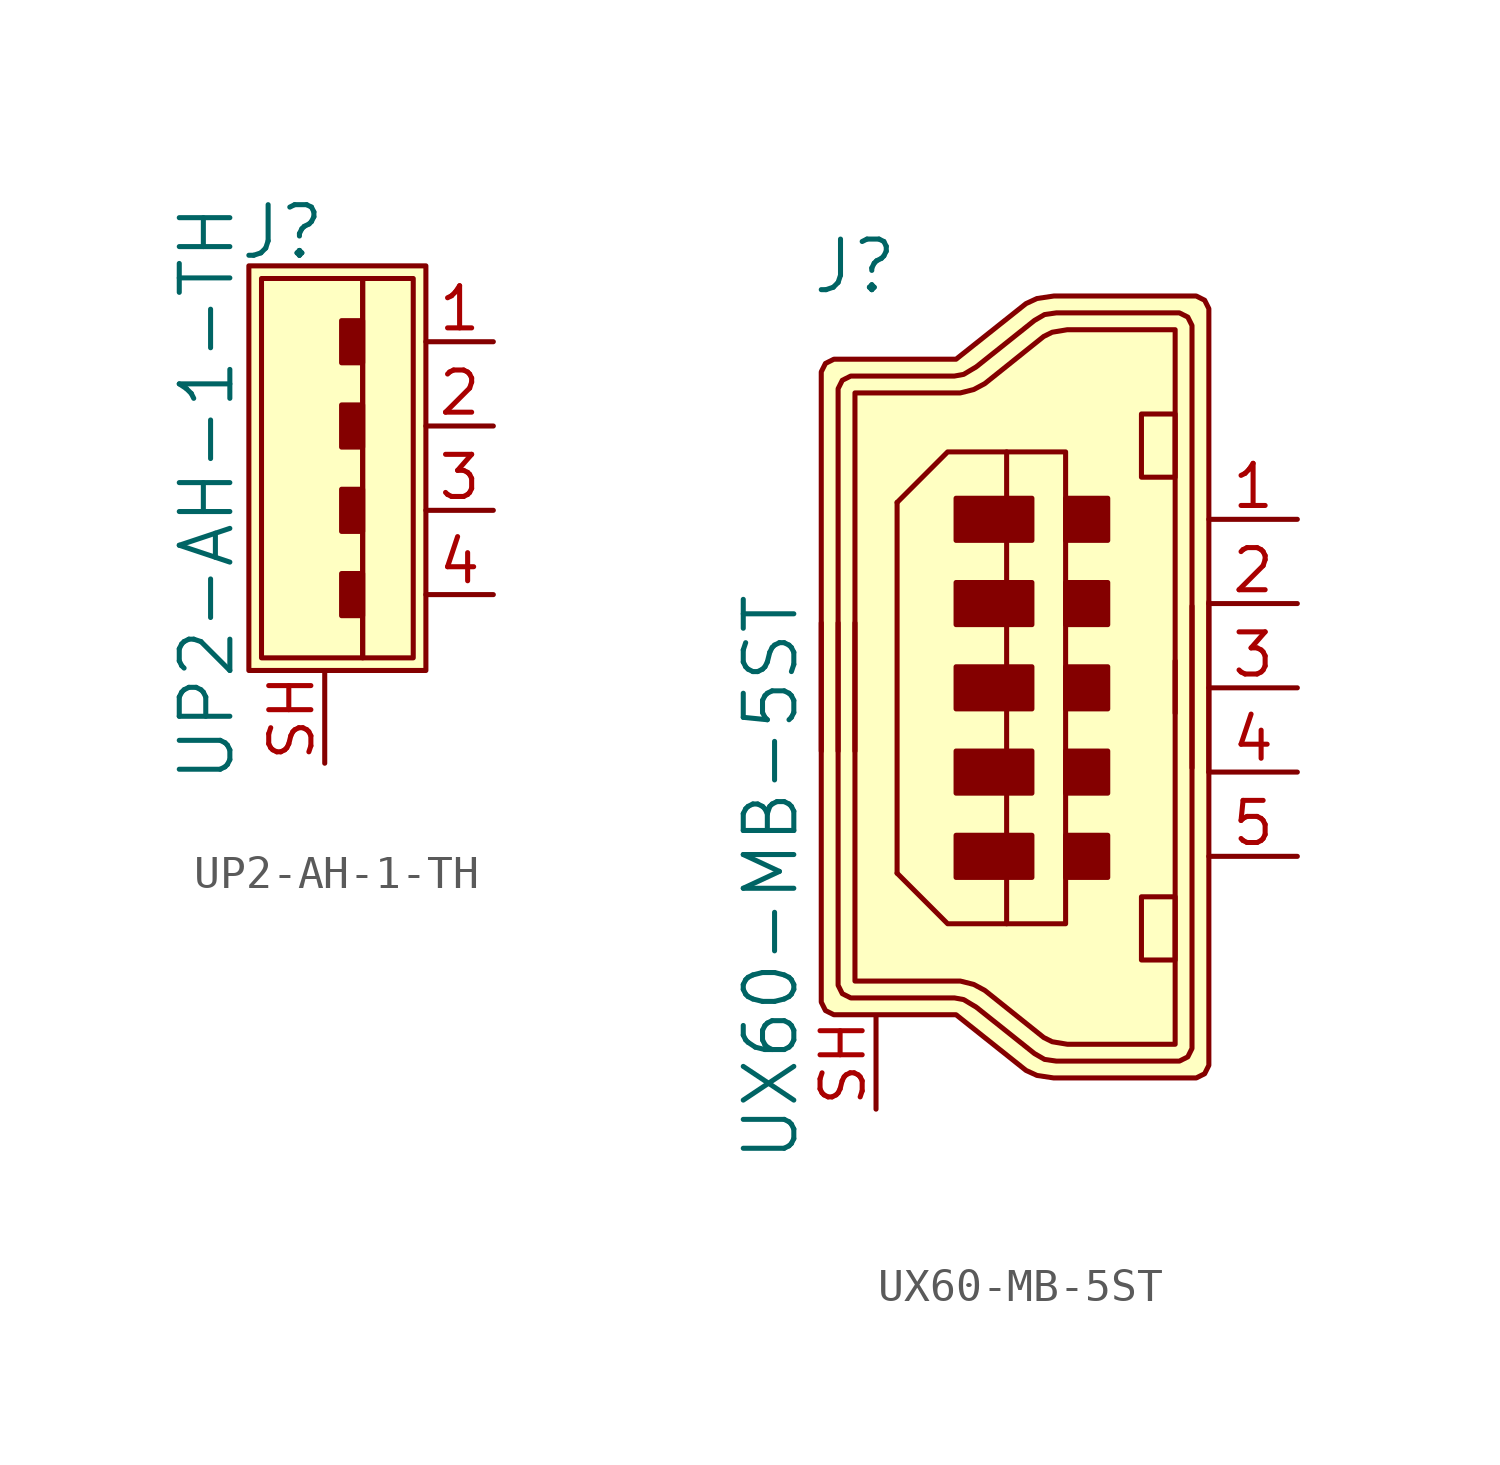
<source format=kicad_sym>
(kicad_symbol_lib
  (version 20220914)
  (generator kicad_symbol_editor)
  (symbol "UP2-AH-1-TH"
    (pin_names
      (offset 1.016))
    (property "Reference" "J"
      (at -1.27 8.382 0)
      (effects (font (size 1.524 1.524))))
    (property "Value" "UP2-AH-1-TH"
      (at -3.556 0.508 90)
      (effects (font (size 1.524 1.524))))
    (symbol "UP2-AH-1-TH_0_1"
      (rectangle (start -1.905 6.985) (end 1.143 -4.445) (stroke (width 0) (type solid)) (fill (type none)))
      (polyline (pts (xy -2.286 7.366) (xy 3.048 7.366) (xy 3.048 -4.826) (xy -2.286 -4.826) (xy -2.286 7.366)) (stroke (width 0) (type solid)) (fill (type background)))
      (rectangle (start 1.143 -1.905) (end 0.508 -3.175) (stroke (width 0) (type solid)) (fill (type outline)))
      (rectangle (start 1.143 0.635) (end 0.508 -0.635) (stroke (width 0) (type solid)) (fill (type outline)))
      (rectangle (start 1.143 3.175) (end 0.508 1.905) (stroke (width 0) (type solid)) (fill (type outline)))
      (rectangle (start 1.143 4.445) (end 0.508 5.715) (stroke (width 0) (type solid)) (fill (type outline)))
      (rectangle (start 1.143 6.985) (end 2.667 -4.445) (stroke (width 0) (type solid)) (fill (type none))))
    (symbol "UP2-AH-1-TH_1_1"
      (pin passive line (at 5.08 5.08 180) (length 2.032) (name "~" (effects (font (size 1.27 1.27)))) (number "1" (effects (font (size 1.27 1.27)))))
      (pin passive line (at 5.08 2.54 180) (length 2.032) (name "~" (effects (font (size 1.27 1.27)))) (number "2" (effects (font (size 1.27 1.27)))))
      (pin passive line (at 5.08 0 180) (length 2.032) (name "~" (effects (font (size 1.27 1.27)))) (number "3" (effects (font (size 1.27 1.27)))))
      (pin passive line (at 5.08 -2.54 180) (length 2.032) (name "~" (effects (font (size 1.27 1.27)))) (number "4" (effects (font (size 1.27 1.27)))))
      (pin passive line (at 0 -7.62 90) (length 2.743) (name "~" (effects (font (size 1.27 1.27)))) (number "SH" (effects (font (size 1.27 1.27)))))))
  (symbol "UX60-MB-5ST"
    (pin_names
      (offset 1.016))
    (property "Reference" "J"
      (at -5.715 12.7 0)
      (effects (font (size 1.524 1.524))))
    (property "Value" "UX60-MB-5ST"
      (at -8.255 -5.715 90)
      (effects (font (size 1.524 1.524))))
    (symbol "UX60-MB-5ST_0_1"
      (rectangle (start -0.381 -5.715) (end -2.667 -4.445) (stroke (width 0) (type solid)) (fill (type outline)))
      (rectangle (start -0.381 -3.175) (end -2.667 -1.905) (stroke (width 0) (type solid)) (fill (type outline)))
      (rectangle (start -0.381 -0.635) (end -2.667 0.635) (stroke (width 0) (type solid)) (fill (type outline)))
      (rectangle (start -0.381 1.905) (end -2.667 3.175) (stroke (width 0) (type solid)) (fill (type outline)))
      (rectangle (start -0.381 4.445) (end -2.667 5.715) (stroke (width 0) (type solid)) (fill (type outline)))
      (polyline (pts (xy -4.445 5.588) (xy -4.445 -5.588)) (stroke (width 0) (type solid)) (fill (type none)))
      (polyline (pts (xy -4.445 -5.588) (xy -2.921 -7.112) (xy -1.143 -7.112)) (stroke (width 0) (type solid)) (fill (type none)))
      (polyline (pts (xy -4.445 5.588) (xy -2.921 7.112) (xy -1.143 7.112)) (stroke (width 0) (type solid)) (fill (type none)))
      (polyline (pts (xy 3.937 -0.762) (xy 3.937 10.795) (xy 0.686 10.795) (xy 0.229 10.719) (xy -0.025 10.592) (xy -1.803 9.169) (xy -2.134 8.992) (xy -2.54 8.89) (xy -5.715 8.89) (xy -5.715 -1.905)) (stroke (width 0) (type solid)) (fill (type none)))
      (polyline (pts (xy 3.937 0.813) (xy 3.937 -10.744) (xy 0.686 -10.744) (xy 0.229 -10.668) (xy -0.025 -10.541) (xy -1.803 -9.119) (xy -2.134 -8.941) (xy -2.54 -8.839) (xy -5.715 -8.839) (xy -5.715 1.956)) (stroke (width 0) (type solid)) (fill (type none)))
      (polyline (pts (xy 4.953 -2.54) (xy 4.953 11.176) (xy 4.953 11.43) (xy 4.826 11.684) (xy 4.572 11.811) (xy 4.318 11.811) (xy 0.279 11.811) (xy -0.229 11.735) (xy -0.559 11.582) (xy -2.667 9.906) (xy -6.096 9.906) (xy -6.35 9.906) (xy -6.604 9.779) (xy -6.731 9.525) (xy -6.731 9.271) (xy -6.731 -1.905)) (stroke (width 0) (type solid)) (fill (type background)))
      (polyline (pts (xy 4.953 2.591) (xy 4.953 -11.125) (xy 4.953 -11.379) (xy 4.826 -11.633) (xy 4.572 -11.76) (xy 4.318 -11.76) (xy 0.279 -11.76) (xy -0.229 -11.684) (xy -0.559 -11.532) (xy -2.667 -9.855) (xy -6.096 -9.855) (xy -6.35 -9.855) (xy -6.604 -9.728) (xy -6.731 -9.474) (xy -6.731 -9.22) (xy -6.731 1.956)) (stroke (width 0) (type solid)) (fill (type background)))
      (polyline (pts (xy 4.445 -2.413) (xy 4.445 10.668) (xy 4.445 10.922) (xy 4.318 11.176) (xy 4.064 11.303) (xy 3.81 11.303) (xy 0.356 11.303) (xy 0 11.252) (xy -0.305 11.074) (xy -2.057 9.677) (xy -2.438 9.449) (xy -2.718 9.398) (xy -5.588 9.398) (xy -5.842 9.398) (xy -6.096 9.271) (xy -6.223 9.017) (xy -6.223 8.763) (xy -6.223 -1.905)) (stroke (width 0) (type solid)) (fill (type none)))
      (polyline (pts (xy 4.445 2.464) (xy 4.445 -10.617) (xy 4.445 -10.871) (xy 4.318 -11.125) (xy 4.064 -11.252) (xy 3.81 -11.252) (xy 0.356 -11.252) (xy 0 -11.201) (xy -0.305 -11.024) (xy -2.057 -9.627) (xy -2.438 -9.398) (xy -2.718 -9.347) (xy -5.588 -9.347) (xy -5.842 -9.347) (xy -6.096 -9.22) (xy -6.223 -8.966) (xy -6.223 -8.712) (xy -6.223 1.956)) (stroke (width 0) (type solid)) (fill (type none)))
      (rectangle (start 0.635 -7.112) (end -1.143 7.112) (stroke (width 0) (type solid)) (fill (type none)))
      (rectangle (start 1.905 -4.445) (end 0.635 -5.715) (stroke (width 0) (type solid)) (fill (type outline)))
      (rectangle (start 1.905 -1.905) (end 0.635 -3.175) (stroke (width 0) (type solid)) (fill (type outline)))
      (rectangle (start 1.905 0.635) (end 0.635 -0.635) (stroke (width 0) (type solid)) (fill (type outline)))
      (rectangle (start 1.905 3.175) (end 0.635 1.905) (stroke (width 0) (type solid)) (fill (type outline)))
      (rectangle (start 1.905 5.715) (end 0.635 4.445) (stroke (width 0) (type solid)) (fill (type outline)))
      (rectangle (start 2.921 -8.204) (end 3.937 -6.299) (stroke (width 0) (type solid)) (fill (type none)))
      (rectangle (start 2.921 8.255) (end 3.937 6.35) (stroke (width 0) (type solid)) (fill (type none))))
    (symbol "UX60-MB-5ST_1_1"
      (pin passive line (at 7.62 5.08 180) (length 2.667) (name "~" (effects (font (size 1.27 1.27)))) (number "1" (effects (font (size 1.27 1.27)))))
      (pin passive line (at 7.62 2.54 180) (length 2.667) (name "~" (effects (font (size 1.27 1.27)))) (number "2" (effects (font (size 1.27 1.27)))))
      (pin passive line (at 7.62 0 180) (length 2.667) (name "~" (effects (font (size 1.27 1.27)))) (number "3" (effects (font (size 1.27 1.27)))))
      (pin passive line (at 7.62 -2.54 180) (length 2.667) (name "~" (effects (font (size 1.27 1.27)))) (number "4" (effects (font (size 1.27 1.27)))))
      (pin passive line (at 7.62 -5.08 180) (length 2.667) (name "~" (effects (font (size 1.27 1.27)))) (number "5" (effects (font (size 1.27 1.27)))))
      (pin passive line (at -5.08 -12.7 90) (length 2.794) (name "~" (effects (font (size 1.27 1.27)))) (number "SH" (effects (font (size 1.27 1.27))))))))
</source>
